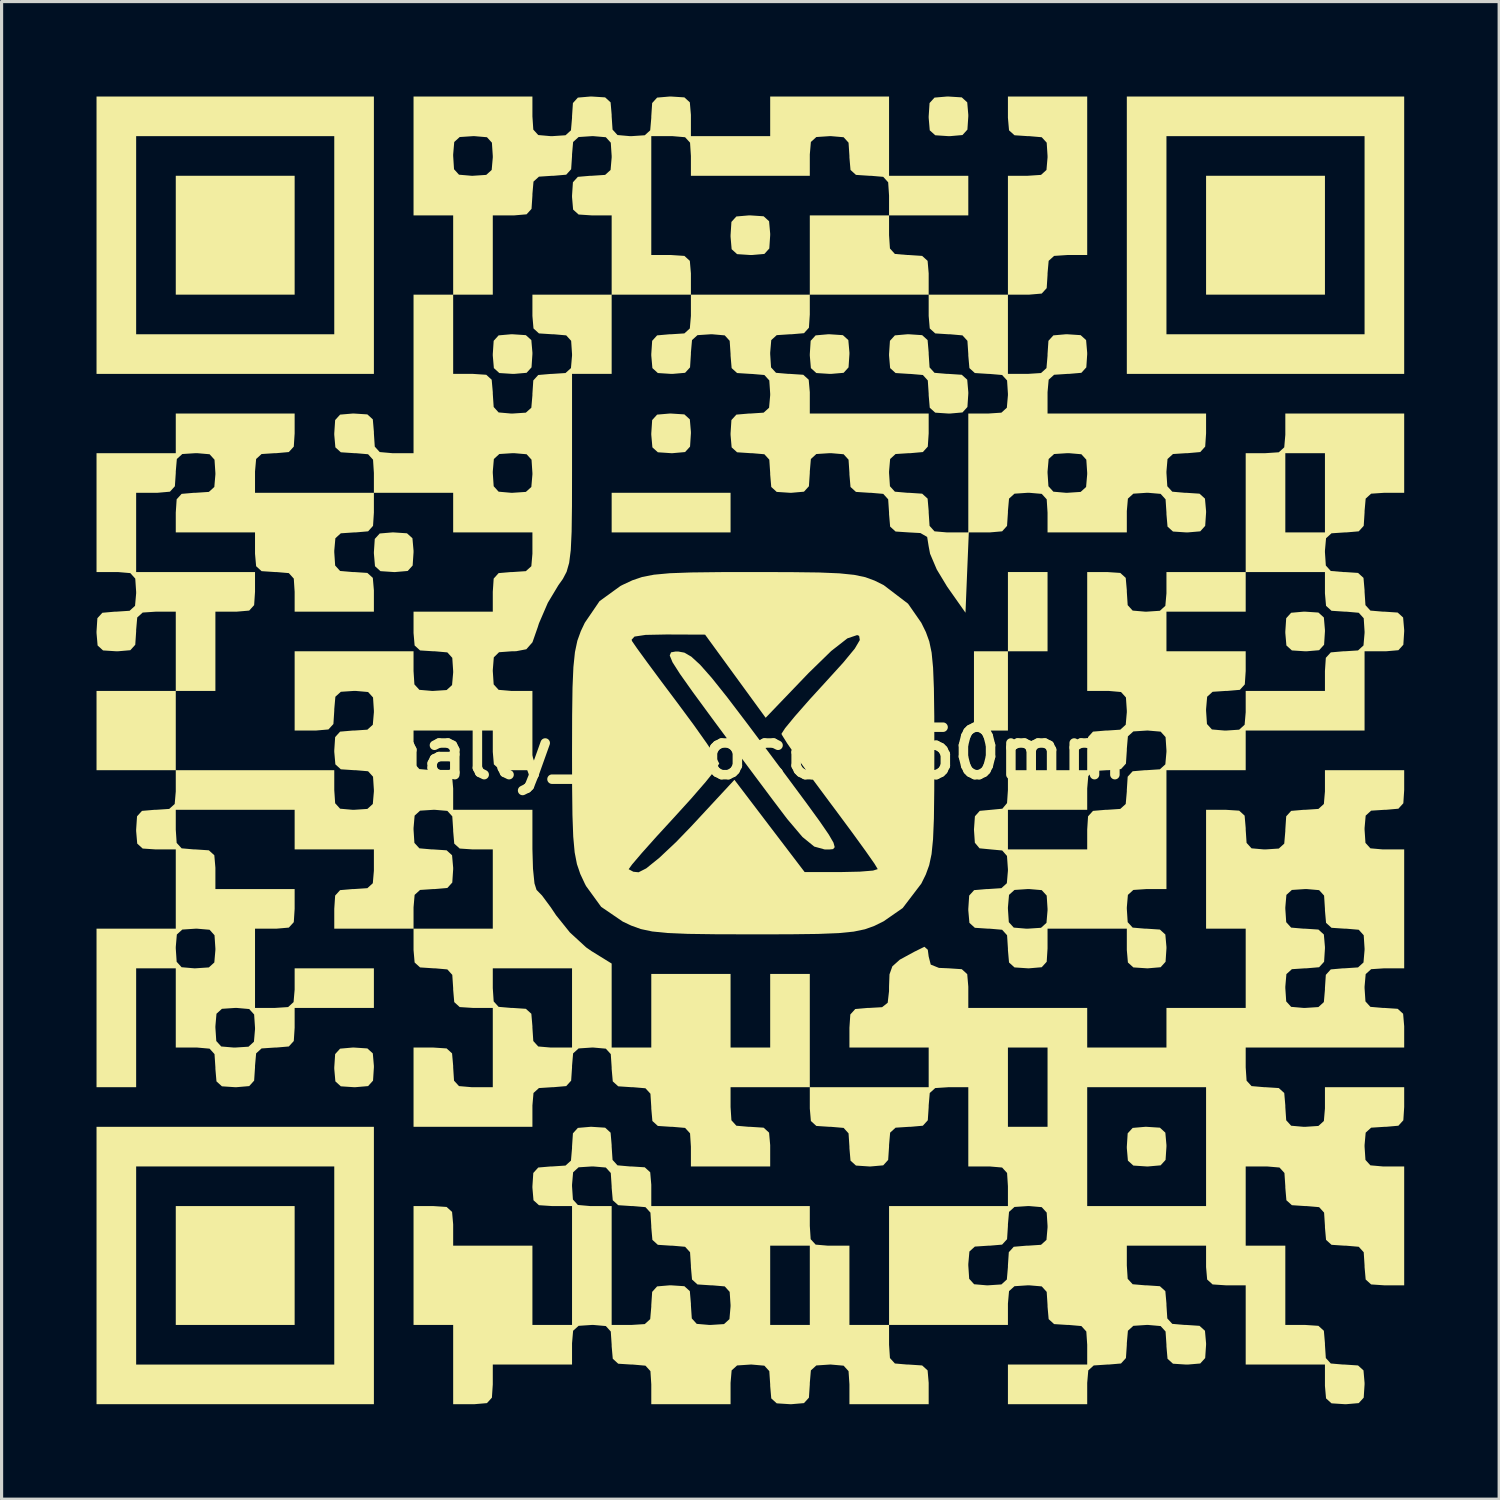
<source format=kicad_pcb>
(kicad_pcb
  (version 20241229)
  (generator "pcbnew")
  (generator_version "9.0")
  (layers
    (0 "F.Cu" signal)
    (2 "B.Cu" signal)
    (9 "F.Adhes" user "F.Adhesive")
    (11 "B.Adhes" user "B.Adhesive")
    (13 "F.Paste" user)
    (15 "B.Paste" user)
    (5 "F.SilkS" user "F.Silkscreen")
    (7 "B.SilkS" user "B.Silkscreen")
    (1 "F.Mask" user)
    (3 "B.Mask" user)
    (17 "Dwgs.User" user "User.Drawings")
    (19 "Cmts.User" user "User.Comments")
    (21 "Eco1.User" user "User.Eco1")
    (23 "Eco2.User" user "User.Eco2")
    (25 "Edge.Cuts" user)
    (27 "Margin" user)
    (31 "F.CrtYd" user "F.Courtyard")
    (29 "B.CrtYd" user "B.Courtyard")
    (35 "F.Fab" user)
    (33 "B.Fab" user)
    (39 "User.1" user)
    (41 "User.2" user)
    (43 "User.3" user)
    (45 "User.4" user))
  (footprint "nally_robocon_50mm"
    (layer "F.Cu")
    (at 20.749 20.749)
    (property "Reference" "nally_robocon_50mm" (at 0 0 0) (layer "F.SilkS") (effects (font (size 1.5 1.5) (thickness 0.3))))
    (attr board_only exclude_from_pos_files exclude_from_bom)
    (fp_poly (pts (xy -14.489 -16.367) (xy -14.489 -14.489) (xy -16.367 -14.489) (xy -18.245 -14.489) (xy -18.245 -16.367) (xy -18.245 -18.245) (xy -16.367 -18.245) (xy -14.489 -18.245)) (stroke (width 0) (type solid)) (fill yes) (layer "F.SilkS"))
    (fp_poly (pts (xy -14.489 16.188) (xy -14.489 18.066) (xy -16.367 18.066) (xy -18.245 18.066) (xy -18.245 16.188) (xy -18.245 14.31) (xy -16.367 14.31) (xy -14.489 14.31)) (stroke (width 0) (type solid)) (fill yes) (layer "F.SilkS"))
    (fp_poly (pts (xy -0.715 -7.602) (xy -0.715 -6.976) (xy -2.594 -6.976) (xy -4.472 -6.976) (xy -4.472 -7.602) (xy -4.472 -8.228) (xy -2.594 -8.228) (xy -0.715 -8.228)) (stroke (width 0) (type solid)) (fill yes) (layer "F.SilkS"))
    (fp_poly (pts (xy 18.066 -16.367) (xy 18.066 -14.489) (xy 16.188 -14.489) (xy 14.31 -14.489) (xy 14.31 -16.367) (xy 14.31 -18.245) (xy 16.188 -18.245) (xy 18.066 -18.245)) (stroke (width 0) (type solid)) (fill yes) (layer "F.SilkS"))
    (fp_poly (pts (xy -12.191 9.329) (xy -12.019 9.485) (xy -11.985 9.88) (xy -11.985 9.927) (xy -12.012 10.347) (xy -12.168 10.519) (xy -12.563 10.553) (xy -12.611 10.554) (xy -13.03 10.526) (xy -13.202 10.37) (xy -13.237 9.975) (xy -13.237 9.927) (xy -13.209 9.508) (xy -13.053 9.336) (xy -12.658 9.301) (xy -12.611 9.301)) (stroke (width 0) (type solid)) (fill yes) (layer "F.SilkS"))
    (fp_poly (pts (xy -10.939 -6.948) (xy -10.767 -6.792) (xy -10.732 -6.398) (xy -10.732 -6.35) (xy -10.76 -5.93) (xy -10.916 -5.758) (xy -11.311 -5.724) (xy -11.358 -5.724) (xy -11.778 -5.752) (xy -11.95 -5.908) (xy -11.984 -6.302) (xy -11.985 -6.35) (xy -11.957 -6.77) (xy -11.801 -6.942) (xy -11.406 -6.976) (xy -11.358 -6.976)) (stroke (width 0) (type solid)) (fill yes) (layer "F.SilkS"))
    (fp_poly (pts (xy -7.183 -13.209) (xy -7.01 -13.053) (xy -6.976 -12.658) (xy -6.976 -12.611) (xy -7.004 -12.191) (xy -7.16 -12.019) (xy -7.554 -11.985) (xy -7.602 -11.985) (xy -8.022 -12.012) (xy -8.194 -12.168) (xy -8.228 -12.563) (xy -8.228 -12.611) (xy -8.2 -13.03) (xy -8.044 -13.202) (xy -7.65 -13.237) (xy -7.602 -13.237)) (stroke (width 0) (type solid)) (fill yes) (layer "F.SilkS"))
    (fp_poly (pts (xy -2.174 -10.705) (xy -2.002 -10.548) (xy -1.968 -10.154) (xy -1.968 -10.106) (xy -1.995 -9.687) (xy -2.152 -9.515) (xy -2.546 -9.48) (xy -2.594 -9.48) (xy -3.013 -9.508) (xy -3.185 -9.664) (xy -3.22 -10.059) (xy -3.22 -10.106) (xy -3.192 -10.526) (xy -3.036 -10.698) (xy -2.641 -10.732) (xy -2.594 -10.732)) (stroke (width 0) (type solid)) (fill yes) (layer "F.SilkS"))
    (fp_poly (pts (xy 0.33 -16.965) (xy 0.502 -16.809) (xy 0.537 -16.415) (xy 0.537 -16.367) (xy 0.509 -15.947) (xy 0.353 -15.775) (xy -0.042 -15.741) (xy -0.089 -15.741) (xy -0.509 -15.769) (xy -0.681 -15.925) (xy -0.715 -16.319) (xy -0.715 -16.367) (xy -0.688 -16.787) (xy -0.532 -16.959) (xy -0.137 -16.993) (xy -0.089 -16.993)) (stroke (width 0) (type solid)) (fill yes) (layer "F.SilkS"))
    (fp_poly (pts (xy 2.834 -13.209) (xy 3.006 -13.053) (xy 3.041 -12.658) (xy 3.041 -12.611) (xy 3.013 -12.191) (xy 2.857 -12.019) (xy 2.462 -11.985) (xy 2.415 -11.985) (xy 1.995 -12.012) (xy 1.823 -12.168) (xy 1.789 -12.563) (xy 1.789 -12.611) (xy 1.816 -13.03) (xy 1.973 -13.202) (xy 2.367 -13.237) (xy 2.415 -13.237)) (stroke (width 0) (type solid)) (fill yes) (layer "F.SilkS"))
    (fp_poly (pts (xy 6.591 -20.722) (xy 6.763 -20.565) (xy 6.797 -20.171) (xy 6.797 -20.123) (xy 6.769 -19.704) (xy 6.613 -19.532) (xy 6.219 -19.497) (xy 6.171 -19.497) (xy 5.752 -19.525) (xy 5.579 -19.681) (xy 5.545 -20.076) (xy 5.545 -20.123) (xy 5.573 -20.543) (xy 5.729 -20.715) (xy 6.123 -20.749) (xy 6.171 -20.749)) (stroke (width 0) (type solid)) (fill yes) (layer "F.SilkS"))
    (fp_poly (pts (xy 9.301 -4.472) (xy 9.301 -3.22) (xy 8.675 -3.22) (xy 8.049 -3.22) (xy 8.049 -1.968) (xy 8.049 -0.715) (xy 7.513 -0.715) (xy 6.976 -0.715) (xy 6.976 -1.968) (xy 6.976 -3.22) (xy 7.513 -3.22) (xy 8.049 -3.22) (xy 8.049 -4.472) (xy 8.049 -5.724) (xy 8.675 -5.724) (xy 9.301 -5.724)) (stroke (width 0) (type solid)) (fill yes) (layer "F.SilkS"))
    (fp_poly (pts (xy 12.851 11.833) (xy 13.023 11.99) (xy 13.058 12.384) (xy 13.058 12.432) (xy 13.03 12.851) (xy 12.874 13.023) (xy 12.479 13.058) (xy 12.432 13.058) (xy 12.012 13.03) (xy 11.84 12.874) (xy 11.806 12.479) (xy 11.806 12.432) (xy 11.833 12.012) (xy 11.99 11.84) (xy 12.384 11.806) (xy 12.432 11.806)) (stroke (width 0) (type solid)) (fill yes) (layer "F.SilkS"))
    (fp_poly (pts (xy 17.86 -4.444) (xy 18.032 -4.288) (xy 18.066 -3.893) (xy 18.066 -3.846) (xy 18.039 -3.426) (xy 17.882 -3.254) (xy 17.488 -3.22) (xy 17.44 -3.22) (xy 17.021 -3.247) (xy 16.848 -3.404) (xy 16.814 -3.798) (xy 16.814 -3.846) (xy 16.842 -4.265) (xy 16.998 -4.437) (xy 17.392 -4.472) (xy 17.44 -4.472)) (stroke (width 0) (type solid)) (fill yes) (layer "F.SilkS"))
    (fp_poly (pts (xy -11.985 -16.367) (xy -11.985 -11.985) (xy -16.367 -11.985) (xy -20.749 -11.985) (xy -20.749 -16.367) (xy -20.749 -19.497) (xy -19.497 -19.497) (xy -19.497 -16.367) (xy -19.497 -13.237) (xy -16.367 -13.237) (xy -13.237 -13.237) (xy -13.237 -16.367) (xy -13.237 -19.497) (xy -16.367 -19.497) (xy -19.497 -19.497) (xy -20.749 -19.497) (xy -20.749 -20.749) (xy -16.367 -20.749) (xy -11.985 -20.749)) (stroke (width 0) (type solid)) (fill yes) (layer "F.SilkS"))
    (fp_poly (pts (xy -11.985 16.188) (xy -11.985 20.57) (xy -16.367 20.57) (xy -20.749 20.57) (xy -20.749 16.188) (xy -20.749 13.058) (xy -19.497 13.058) (xy -19.497 16.188) (xy -19.497 19.318) (xy -16.367 19.318) (xy -13.237 19.318) (xy -13.237 16.188) (xy -13.237 13.058) (xy -16.367 13.058) (xy -19.497 13.058) (xy -20.749 13.058) (xy -20.749 11.806) (xy -16.367 11.806) (xy -11.985 11.806)) (stroke (width 0) (type solid)) (fill yes) (layer "F.SilkS"))
    (fp_poly (pts (xy 20.57 -16.367) (xy 20.57 -11.985) (xy 16.188 -11.985) (xy 11.806 -11.985) (xy 11.806 -16.367) (xy 11.806 -19.497) (xy 13.058 -19.497) (xy 13.058 -16.367) (xy 13.058 -13.237) (xy 16.188 -13.237) (xy 19.318 -13.237) (xy 19.318 -16.367) (xy 19.318 -19.497) (xy 16.188 -19.497) (xy 13.058 -19.497) (xy 11.806 -19.497) (xy 11.806 -20.749) (xy 16.188 -20.749) (xy 20.57 -20.749)) (stroke (width 0) (type solid)) (fill yes) (layer "F.SilkS"))
    (fp_poly (pts (xy -2.174 -3.177) (xy -1.955 -3.05) (xy -1.678 -2.796) (xy -1.31 -2.38) (xy -0.819 -1.765) (xy -0.172 -0.914) (xy 0.268 -0.326) (xy 1.066 0.744) (xy 1.671 1.56) (xy 2.104 2.156) (xy 2.386 2.567) (xy 2.537 2.827) (xy 2.576 2.97) (xy 2.524 3.031) (xy 2.402 3.043) (xy 2.255 3.041) (xy 1.93 2.951) (xy 1.558 2.649) (xy 1.081 2.086) (xy 1.024 2.012) (xy 0.62 1.478) (xy 0.071 0.744) (xy -0.556 -0.098) (xy -1.195 -0.961) (xy -1.311 -1.118) (xy -1.909 -1.933) (xy -2.314 -2.505) (xy -2.55 -2.875) (xy -2.637 -3.088) (xy -2.596 -3.186) (xy -2.451 -3.213) (xy -2.369 -3.213)) (stroke (width 0) (type solid)) (fill yes) (layer "F.SilkS"))
    (fp_poly (pts (xy 5.339 -13.209) (xy 5.511 -13.053) (xy 5.545 -12.658) (xy 5.545 -12.611) (xy 5.573 -12.191) (xy 5.729 -12.019) (xy 6.123 -11.985) (xy 6.171 -11.985) (xy 6.591 -11.957) (xy 6.763 -11.801) (xy 6.797 -11.406) (xy 6.797 -11.358) (xy 6.769 -10.939) (xy 6.613 -10.767) (xy 6.219 -10.732) (xy 6.171 -10.732) (xy 5.752 -10.76) (xy 5.579 -10.916) (xy 5.545 -11.311) (xy 5.545 -11.358) (xy 5.517 -11.778) (xy 5.361 -11.95) (xy 4.967 -11.984) (xy 4.919 -11.985) (xy 4.499 -12.012) (xy 4.327 -12.168) (xy 4.293 -12.563) (xy 4.293 -12.611) (xy 4.321 -13.03) (xy 4.477 -13.202) (xy 4.871 -13.237) (xy 4.919 -13.237)) (stroke (width 0) (type solid)) (fill yes) (layer "F.SilkS"))
    (fp_poly (pts (xy 1.192 -5.721) (xy 2.076 -5.71) (xy 2.722 -5.683) (xy 3.191 -5.635) (xy 3.543 -5.561) (xy 3.837 -5.453) (xy 4.121 -5.312) (xy 4.893 -4.724) (xy 5.312 -4.121) (xy 5.457 -3.826) (xy 5.564 -3.531) (xy 5.638 -3.177) (xy 5.684 -2.703) (xy 5.71 -2.05) (xy 5.722 -1.157) (xy 5.724 0) (xy 5.721 1.184) (xy 5.71 2.07) (xy 5.683 2.718) (xy 5.636 3.188) (xy 5.561 3.54) (xy 5.454 3.834) (xy 5.312 4.121) (xy 4.724 4.893) (xy 4.121 5.312) (xy 3.826 5.458) (xy 3.53 5.564) (xy 3.175 5.638) (xy 2.701 5.685) (xy 2.046 5.711) (xy 1.151 5.722) (xy 0.01 5.724) (xy -1.176 5.721) (xy -2.064 5.709) (xy -2.715 5.681) (xy -3.191 5.633) (xy -3.55 5.557) (xy -3.855 5.447) (xy -4.121 5.321) (xy -4.804 4.855) (xy -5.282 4.197) (xy -5.321 4.121) (xy -5.464 3.815) (xy -5.514 3.666) (xy -3.935 3.666) (xy -3.787 3.746) (xy -3.622 3.763) (xy -3.38 3.64) (xy -2.963 3.303) (xy -2.435 2.806) (xy -1.951 2.305) (xy -0.593 0.841) (xy 0.516 2.299) (xy 1.626 3.756) (xy 2.781 3.756) (xy 3.37 3.743) (xy 3.787 3.709) (xy 3.935 3.663) (xy 3.834 3.494) (xy 3.554 3.094) (xy 3.136 2.517) (xy 2.617 1.816) (xy 2.415 1.546) (xy 1.869 0.81) (xy 1.41 0.174) (xy 1.076 -0.308) (xy 0.907 -0.579) (xy 0.894 -0.614) (xy 1.009 -0.791) (xy 1.321 -1.17) (xy 1.779 -1.692) (xy 2.251 -2.208) (xy 2.846 -2.863) (xy 3.211 -3.306) (xy 3.369 -3.575) (xy 3.348 -3.707) (xy 3.285 -3.732) (xy 2.976 -3.628) (xy 2.465 -3.229) (xy 1.753 -2.535) (xy 1.679 -2.458) (xy 0.394 -1.119) (xy -0.563 -2.432) (xy -1.52 -3.746) (xy -2.738 -3.751) (xy -3.398 -3.738) (xy -3.75 -3.685) (xy -3.843 -3.583) (xy -3.823 -3.533) (xy -3.668 -3.309) (xy -3.344 -2.864) (xy -2.899 -2.263) (xy -2.382 -1.574) (xy -1.876 -0.89) (xy -1.462 -0.305) (xy -1.18 0.121) (xy -1.073 0.326) (xy -1.073 0.328) (xy -1.188 0.517) (xy -1.502 0.908) (xy -1.965 1.442) (xy -2.504 2.035) (xy -3.064 2.645) (xy -3.521 3.157) (xy -3.827 3.516) (xy -3.935 3.666) (xy -5.514 3.666) (xy -5.569 3.506) (xy -5.641 3.134) (xy -5.686 2.638) (xy -5.711 1.958) (xy -5.722 1.032) (xy -5.724 0) (xy -5.721 -1.184) (xy -5.709 -2.07) (xy -5.681 -2.72) (xy -5.632 -3.194) (xy -5.556 -3.554) (xy -5.446 -3.858) (xy -5.321 -4.121) (xy -4.855 -4.804) (xy -4.197 -5.282) (xy -4.121 -5.321) (xy -3.815 -5.464) (xy -3.507 -5.568) (xy -3.136 -5.64) (xy -2.641 -5.686) (xy -1.962 -5.711) (xy -1.038 -5.722) (xy 0.01 -5.724)) (stroke (width 0) (type solid)) (fill yes) (layer "F.SilkS"))
    (fp_poly (pts (xy 20.57 -9.48) (xy 20.57 -8.228) (xy 19.944 -8.228) (xy 19.525 -8.2) (xy 19.353 -8.044) (xy 19.318 -7.65) (xy 19.318 -7.602) (xy 19.291 -7.183) (xy 19.134 -7.01) (xy 18.74 -6.976) (xy 18.692 -6.976) (xy 18.273 -6.948) (xy 18.101 -6.792) (xy 18.066 -6.398) (xy 18.066 -6.35) (xy 18.094 -5.93) (xy 18.25 -5.758) (xy 18.645 -5.724) (xy 18.692 -5.724) (xy 19.112 -5.696) (xy 19.284 -5.54) (xy 19.318 -5.146) (xy 19.318 -5.098) (xy 19.346 -4.678) (xy 19.502 -4.506) (xy 19.897 -4.472) (xy 19.944 -4.472) (xy 20.364 -4.444) (xy 20.536 -4.288) (xy 20.57 -3.893) (xy 20.57 -3.846) (xy 20.543 -3.426) (xy 20.387 -3.254) (xy 19.992 -3.22) (xy 19.944 -3.22) (xy 19.318 -3.22) (xy 19.318 -1.968) (xy 19.318 -0.715) (xy 17.44 -0.715) (xy 15.562 -0.715) (xy 15.562 -0.089) (xy 15.562 0.537) (xy 14.31 0.537) (xy 13.058 0.537) (xy 13.058 2.415) (xy 13.058 4.293) (xy 12.432 4.293) (xy 12.012 4.321) (xy 11.84 4.477) (xy 11.806 4.871) (xy 11.806 4.919) (xy 11.833 5.339) (xy 11.99 5.511) (xy 12.384 5.545) (xy 12.432 5.545) (xy 12.851 5.573) (xy 13.023 5.729) (xy 13.058 6.123) (xy 13.058 6.171) (xy 13.03 6.591) (xy 12.874 6.763) (xy 12.479 6.797) (xy 12.432 6.797) (xy 12.012 6.769) (xy 11.84 6.613) (xy 11.806 6.219) (xy 11.806 6.171) (xy 11.806 5.545) (xy 10.554 5.545) (xy 9.301 5.545) (xy 9.301 6.171) (xy 9.274 6.591) (xy 9.117 6.763) (xy 8.723 6.797) (xy 8.675 6.797) (xy 8.256 6.769) (xy 8.084 6.613) (xy 8.049 6.219) (xy 8.049 6.171) (xy 8.022 5.752) (xy 7.865 5.579) (xy 7.471 5.545) (xy 7.423 5.545) (xy 7.004 5.517) (xy 6.832 5.361) (xy 6.797 4.967) (xy 6.797 4.919) (xy 8.049 4.919) (xy 8.077 5.339) (xy 8.233 5.511) (xy 8.628 5.545) (xy 8.675 5.545) (xy 9.095 5.517) (xy 9.267 5.361) (xy 9.301 4.967) (xy 9.301 4.919) (xy 9.274 4.499) (xy 9.117 4.327) (xy 8.723 4.293) (xy 8.675 4.293) (xy 8.256 4.321) (xy 8.084 4.477) (xy 8.049 4.871) (xy 8.049 4.919) (xy 6.797 4.919) (xy 6.825 4.499) (xy 6.981 4.327) (xy 7.376 4.293) (xy 7.423 4.293) (xy 7.843 4.265) (xy 8.015 4.109) (xy 8.049 3.715) (xy 8.049 3.667) (xy 8.019 3.246) (xy 7.868 3.074) (xy 7.513 3.041) (xy 8.049 3.041) (xy 9.301 3.041) (xy 10.554 3.041) (xy 10.554 2.415) (xy 10.581 1.995) (xy 10.737 1.823) (xy 11.132 1.789) (xy 11.18 1.789) (xy 11.599 1.761) (xy 11.771 1.605) (xy 11.806 1.21) (xy 11.806 1.163) (xy 11.833 0.743) (xy 11.99 0.571) (xy 12.384 0.537) (xy 12.432 0.537) (xy 12.851 0.509) (xy 13.023 0.353) (xy 13.058 -0.042) (xy 13.058 -0.089) (xy 13.03 -0.509) (xy 12.874 -0.681) (xy 12.479 -0.715) (xy 12.432 -0.715) (xy 12.012 -0.688) (xy 11.84 -0.532) (xy 11.806 -0.137) (xy 11.806 -0.089) (xy 11.778 0.33) (xy 11.622 0.502) (xy 11.227 0.537) (xy 11.18 0.537) (xy 10.76 0.564) (xy 10.588 0.721) (xy 10.554 1.115) (xy 10.554 1.163) (xy 10.554 1.789) (xy 9.301 1.789) (xy 8.049 1.789) (xy 8.049 2.415) (xy 8.049 3.041) (xy 7.513 3.041) (xy 7.152 3.006) (xy 7.004 2.829) (xy 6.976 2.415) (xy 7.006 1.994) (xy 7.158 1.822) (xy 7.513 1.789) (xy 7.873 1.754) (xy 8.021 1.577) (xy 8.049 1.163) (xy 8.049 0.537) (xy 9.301 0.537) (xy 10.554 0.537) (xy 10.554 -0.089) (xy 10.581 -0.509) (xy 10.737 -0.681) (xy 11.132 -0.715) (xy 11.18 -0.715) (xy 11.599 -0.743) (xy 11.771 -0.899) (xy 11.806 -1.294) (xy 11.806 -1.342) (xy 11.778 -1.761) (xy 11.622 -1.933) (xy 11.227 -1.968) (xy 11.18 -1.968) (xy 10.554 -1.968) (xy 10.554 -3.22) (xy 13.058 -3.22) (xy 14.31 -3.22) (xy 15.562 -3.22) (xy 15.562 -2.594) (xy 15.534 -2.174) (xy 15.378 -2.002) (xy 14.984 -1.968) (xy 14.936 -1.968) (xy 14.516 -1.94) (xy 14.344 -1.784) (xy 14.31 -1.389) (xy 14.31 -1.342) (xy 14.338 -0.922) (xy 14.494 -0.75) (xy 14.888 -0.716) (xy 14.936 -0.715) (xy 15.356 -0.743) (xy 15.528 -0.899) (xy 15.562 -1.294) (xy 15.562 -1.342) (xy 15.562 -1.968) (xy 16.814 -1.968) (xy 18.066 -1.968) (xy 18.066 -2.594) (xy 18.094 -3.013) (xy 18.25 -3.185) (xy 18.645 -3.22) (xy 18.692 -3.22) (xy 19.112 -3.247) (xy 19.284 -3.404) (xy 19.318 -3.798) (xy 19.318 -3.846) (xy 19.291 -4.265) (xy 19.134 -4.437) (xy 18.74 -4.472) (xy 18.692 -4.472) (xy 18.273 -4.5) (xy 18.101 -4.656) (xy 18.066 -5.05) (xy 18.066 -5.098) (xy 18.066 -5.724) (xy 16.814 -5.724) (xy 15.562 -5.724) (xy 15.562 -5.098) (xy 15.562 -4.472) (xy 14.31 -4.472) (xy 13.058 -4.472) (xy 13.058 -3.846) (xy 13.058 -3.22) (xy 10.554 -3.22) (xy 10.554 -3.846) (xy 10.554 -5.724) (xy 11.18 -5.724) (xy 11.599 -5.696) (xy 11.771 -5.54) (xy 11.806 -5.146) (xy 11.806 -5.098) (xy 11.833 -4.678) (xy 11.99 -4.506) (xy 12.384 -4.472) (xy 12.432 -4.472) (xy 12.851 -4.5) (xy 13.023 -4.656) (xy 13.058 -5.05) (xy 13.058 -5.098) (xy 13.058 -5.724) (xy 14.31 -5.724) (xy 15.562 -5.724) (xy 15.562 -7.602) (xy 15.562 -9.48) (xy 16.188 -9.48) (xy 16.814 -9.48) (xy 16.814 -8.228) (xy 16.814 -6.976) (xy 17.44 -6.976) (xy 18.066 -6.976) (xy 18.066 -8.228) (xy 18.066 -9.48) (xy 17.44 -9.48) (xy 16.814 -9.48) (xy 16.188 -9.48) (xy 16.608 -9.508) (xy 16.78 -9.664) (xy 16.814 -10.059) (xy 16.814 -10.106) (xy 16.814 -10.732) (xy 18.692 -10.732) (xy 20.57 -10.732)) (stroke (width 0) (type solid)) (fill yes) (layer "F.SilkS"))
    (fp_poly (pts (xy -6.976 -20.123) (xy -6.948 -19.704) (xy -6.792 -19.532) (xy -6.398 -19.497) (xy -6.35 -19.497) (xy -5.93 -19.525) (xy -5.758 -19.681) (xy -5.724 -20.076) (xy -5.724 -20.123) (xy -5.696 -20.543) (xy -5.54 -20.715) (xy -5.146 -20.749) (xy -5.098 -20.749) (xy -4.678 -20.722) (xy -4.506 -20.565) (xy -4.472 -20.171) (xy -4.472 -20.123) (xy -4.444 -19.704) (xy -4.288 -19.532) (xy -3.893 -19.497) (xy -3.846 -19.497) (xy -3.22 -19.497) (xy -3.22 -17.619) (xy -3.22 -15.741) (xy -2.594 -15.741) (xy -2.174 -15.713) (xy -2.002 -15.557) (xy -1.968 -15.162) (xy -1.968 -15.115) (xy -1.968 -14.489) (xy -0.089 -14.489) (xy 1.789 -14.489) (xy 1.789 -15.741) (xy 1.789 -16.993) (xy 3.041 -16.993) (xy 4.293 -16.993) (xy 4.293 -17.619) (xy 4.265 -18.039) (xy 4.109 -18.211) (xy 3.715 -18.245) (xy 3.667 -18.245) (xy 3.247 -18.273) (xy 3.075 -18.429) (xy 3.041 -18.823) (xy 3.041 -18.871) (xy 3.013 -19.291) (xy 2.857 -19.463) (xy 2.462 -19.497) (xy 2.415 -19.497) (xy 1.995 -19.469) (xy 1.823 -19.313) (xy 1.789 -18.919) (xy 1.789 -18.871) (xy 1.789 -18.245) (xy -0.089 -18.245) (xy -1.968 -18.245) (xy -1.968 -18.871) (xy -1.995 -19.291) (xy -2.152 -19.463) (xy -2.546 -19.497) (xy -2.594 -19.497) (xy -3.22 -19.497) (xy -3.846 -19.497) (xy -3.426 -19.525) (xy -3.254 -19.681) (xy -3.22 -20.076) (xy -3.22 -20.123) (xy -3.192 -20.543) (xy -3.036 -20.715) (xy -2.641 -20.749) (xy -2.594 -20.749) (xy -2.174 -20.722) (xy -2.002 -20.565) (xy -1.968 -20.171) (xy -1.968 -20.123) (xy -1.968 -19.497) (xy -0.715 -19.497) (xy 0.537 -19.497) (xy 0.537 -20.123) (xy 0.537 -20.749) (xy 2.415 -20.749) (xy 4.293 -20.749) (xy 4.293 -19.497) (xy 4.293 -18.245) (xy 5.545 -18.245) (xy 6.797 -18.245) (xy 6.797 -17.619) (xy 6.797 -16.993) (xy 5.545 -16.993) (xy 4.293 -16.993) (xy 4.293 -16.367) (xy 4.321 -15.947) (xy 4.477 -15.775) (xy 4.871 -15.741) (xy 4.919 -15.741) (xy 5.339 -15.713) (xy 5.511 -15.557) (xy 5.545 -15.162) (xy 5.545 -15.115) (xy 5.545 -14.489) (xy 6.797 -14.489) (xy 8.049 -14.489) (xy 8.049 -16.367) (xy 8.049 -18.245) (xy 8.675 -18.245) (xy 9.095 -18.273) (xy 9.267 -18.429) (xy 9.301 -18.823) (xy 9.301 -18.871) (xy 9.274 -19.291) (xy 9.117 -19.463) (xy 8.723 -19.497) (xy 8.675 -19.497) (xy 8.256 -19.525) (xy 8.084 -19.681) (xy 8.049 -20.076) (xy 8.049 -20.123) (xy 8.049 -20.749) (xy 9.301 -20.749) (xy 10.554 -20.749) (xy 10.554 -18.245) (xy 10.554 -15.741) (xy 9.927 -15.741) (xy 9.508 -15.713) (xy 9.336 -15.557) (xy 9.301 -15.162) (xy 9.301 -15.115) (xy 9.274 -14.695) (xy 9.117 -14.523) (xy 8.723 -14.489) (xy 8.675 -14.489) (xy 8.049 -14.489) (xy 8.049 -13.237) (xy 8.049 -11.985) (xy 8.675 -11.985) (xy 9.095 -12.012) (xy 9.267 -12.168) (xy 9.301 -12.563) (xy 9.301 -12.611) (xy 9.329 -13.03) (xy 9.485 -13.202) (xy 9.88 -13.237) (xy 9.927 -13.237) (xy 10.347 -13.209) (xy 10.519 -13.053) (xy 10.553 -12.658) (xy 10.554 -12.611) (xy 10.526 -12.191) (xy 10.37 -12.019) (xy 9.975 -11.985) (xy 9.927 -11.985) (xy 9.508 -11.957) (xy 9.336 -11.801) (xy 9.301 -11.406) (xy 9.301 -11.358) (xy 9.301 -10.732) (xy 11.806 -10.732) (xy 14.31 -10.732) (xy 14.31 -10.106) (xy 14.282 -9.687) (xy 14.126 -9.515) (xy 13.731 -9.48) (xy 13.684 -9.48) (xy 13.264 -9.453) (xy 13.092 -9.296) (xy 13.058 -8.902) (xy 13.058 -8.854) (xy 13.085 -8.435) (xy 13.242 -8.263) (xy 13.636 -8.228) (xy 13.684 -8.228) (xy 14.103 -8.2) (xy 14.275 -8.044) (xy 14.31 -7.65) (xy 14.31 -7.602) (xy 14.282 -7.183) (xy 14.126 -7.01) (xy 13.731 -6.976) (xy 13.684 -6.976) (xy 13.264 -7.004) (xy 13.092 -7.16) (xy 13.058 -7.554) (xy 13.058 -7.602) (xy 13.03 -8.022) (xy 12.874 -8.194) (xy 12.479 -8.228) (xy 12.432 -8.228) (xy 12.012 -8.2) (xy 11.84 -8.044) (xy 11.806 -7.65) (xy 11.806 -7.602) (xy 11.806 -6.976) (xy 10.554 -6.976) (xy 9.301 -6.976) (xy 9.301 -7.602) (xy 9.274 -8.022) (xy 9.117 -8.194) (xy 8.723 -8.228) (xy 8.675 -8.228) (xy 8.256 -8.2) (xy 8.084 -8.044) (xy 8.049 -7.65) (xy 8.049 -7.602) (xy 8.021 -7.182) (xy 7.866 -7.01) (xy 7.474 -6.976) (xy 7.431 -6.976) (xy 6.813 -6.976) (xy 6.76 -5.708) (xy 6.708 -4.439) (xy 6.126 -5.266) (xy 5.8 -5.806) (xy 5.589 -6.302) (xy 5.545 -6.534) (xy 5.497 -6.833) (xy 5.284 -6.956) (xy 4.919 -6.976) (xy 4.499 -7.004) (xy 4.327 -7.16) (xy 4.293 -7.554) (xy 4.293 -7.602) (xy 4.265 -8.022) (xy 4.109 -8.194) (xy 3.715 -8.228) (xy 3.667 -8.228) (xy 3.247 -8.256) (xy 3.075 -8.412) (xy 3.041 -8.807) (xy 3.041 -8.854) (xy 3.013 -9.274) (xy 2.857 -9.446) (xy 2.462 -9.48) (xy 2.415 -9.48) (xy 1.995 -9.453) (xy 1.823 -9.296) (xy 1.789 -8.902) (xy 1.789 -8.854) (xy 1.761 -8.435) (xy 1.605 -8.263) (xy 1.21 -8.228) (xy 1.163 -8.228) (xy 0.743 -8.256) (xy 0.571 -8.412) (xy 0.537 -8.807) (xy 0.537 -8.854) (xy 0.509 -9.274) (xy 0.353 -9.446) (xy -0.042 -9.48) (xy -0.089 -9.48) (xy -0.509 -9.508) (xy -0.681 -9.664) (xy -0.715 -10.059) (xy -0.715 -10.106) (xy -0.688 -10.526) (xy -0.532 -10.698) (xy -0.137 -10.732) (xy -0.089 -10.732) (xy 0.33 -10.76) (xy 0.502 -10.916) (xy 0.537 -11.311) (xy 0.537 -11.358) (xy 0.509 -11.778) (xy 0.353 -11.95) (xy -0.042 -11.984) (xy -0.089 -11.985) (xy -0.509 -12.012) (xy -0.681 -12.168) (xy -0.715 -12.563) (xy -0.715 -12.611) (xy 0.537 -12.611) (xy 0.564 -12.191) (xy 0.721 -12.019) (xy 1.115 -11.985) (xy 1.163 -11.985) (xy 1.582 -11.957) (xy 1.754 -11.801) (xy 1.789 -11.406) (xy 1.789 -11.358) (xy 1.789 -10.732) (xy 3.667 -10.732) (xy 5.545 -10.732) (xy 5.545 -10.106) (xy 5.517 -9.687) (xy 5.361 -9.515) (xy 4.967 -9.48) (xy 4.919 -9.48) (xy 4.499 -9.453) (xy 4.327 -9.296) (xy 4.293 -8.902) (xy 4.293 -8.854) (xy 4.321 -8.435) (xy 4.477 -8.263) (xy 4.871 -8.228) (xy 4.919 -8.228) (xy 5.339 -8.2) (xy 5.511 -8.044) (xy 5.545 -7.65) (xy 5.545 -7.602) (xy 5.573 -7.183) (xy 5.729 -7.01) (xy 6.123 -6.976) (xy 6.171 -6.976) (xy 6.797 -6.976) (xy 6.797 -8.854) (xy 9.301 -8.854) (xy 9.329 -8.435) (xy 9.485 -8.263) (xy 9.88 -8.228) (xy 9.927 -8.228) (xy 10.347 -8.256) (xy 10.519 -8.412) (xy 10.553 -8.807) (xy 10.554 -8.854) (xy 10.526 -9.274) (xy 10.37 -9.446) (xy 9.975 -9.48) (xy 9.927 -9.48) (xy 9.508 -9.453) (xy 9.336 -9.296) (xy 9.301 -8.902) (xy 9.301 -8.854) (xy 6.797 -8.854) (xy 6.797 -10.732) (xy 7.423 -10.732) (xy 7.843 -10.76) (xy 8.015 -10.916) (xy 8.049 -11.311) (xy 8.049 -11.358) (xy 8.022 -11.778) (xy 7.865 -11.95) (xy 7.471 -11.984) (xy 7.423 -11.985) (xy 7.004 -12.012) (xy 6.832 -12.168) (xy 6.797 -12.563) (xy 6.797 -12.611) (xy 6.769 -13.03) (xy 6.613 -13.202) (xy 6.219 -13.237) (xy 6.171 -13.237) (xy 5.752 -13.264) (xy 5.579 -13.421) (xy 5.545 -13.815) (xy 5.545 -13.863) (xy 5.545 -14.489) (xy 3.667 -14.489) (xy 1.789 -14.489) (xy 1.789 -13.863) (xy 1.761 -13.443) (xy 1.605 -13.271) (xy 1.21 -13.237) (xy 1.163 -13.237) (xy 0.743 -13.209) (xy 0.571 -13.053) (xy 0.537 -12.658) (xy 0.537 -12.611) (xy -0.715 -12.611) (xy -0.743 -13.03) (xy -0.899 -13.202) (xy -1.294 -13.237) (xy -1.342 -13.237) (xy -1.761 -13.209) (xy -1.933 -13.053) (xy -1.968 -12.658) (xy -1.968 -12.611) (xy -1.995 -12.191) (xy -2.152 -12.019) (xy -2.546 -11.985) (xy -2.594 -11.985) (xy -3.013 -12.012) (xy -3.185 -12.168) (xy -3.22 -12.563) (xy -3.22 -12.611) (xy -3.192 -13.03) (xy -3.036 -13.202) (xy -2.641 -13.237) (xy -2.594 -13.237) (xy -2.174 -13.264) (xy -2.002 -13.421) (xy -1.968 -13.815) (xy -1.968 -13.863) (xy -1.968 -14.489) (xy -3.22 -14.489) (xy -4.472 -14.489) (xy -4.472 -13.237) (xy -4.472 -11.985) (xy -5.098 -11.985) (xy -5.724 -11.985) (xy -5.724 -8.932) (xy -5.726 -7.815) (xy -5.737 -6.997) (xy -5.764 -6.417) (xy -5.815 -6.014) (xy -5.896 -5.731) (xy -6.014 -5.506) (xy -6.154 -5.31) (xy -6.489 -4.752) (xy -6.769 -4.103) (xy -6.808 -3.98) (xy -6.974 -3.505) (xy -7.168 -3.284) (xy -7.491 -3.222) (xy -7.63 -3.22) (xy -8.031 -3.19) (xy -8.196 -3.028) (xy -8.228 -2.625) (xy -8.228 -2.594) (xy -8.2 -2.174) (xy -8.044 -2.002) (xy -7.65 -1.968) (xy -7.602 -1.968) (xy -6.976 -1.968) (xy -6.976 -0.715) (xy -6.976 0.537) (xy -7.602 0.537) (xy -8.022 0.509) (xy -8.194 0.353) (xy -8.228 -0.042) (xy -8.228 -0.089) (xy -8.228 -0.715) (xy -9.48 -0.715) (xy -10.732 -0.715) (xy -10.732 -0.089) (xy -10.705 0.33) (xy -10.548 0.502) (xy -10.154 0.537) (xy -10.106 0.537) (xy -9.687 0.564) (xy -9.515 0.721) (xy -9.48 1.115) (xy -9.48 1.163) (xy -9.48 1.789) (xy -8.228 1.789) (xy -6.976 1.789) (xy -6.976 3.026) (xy -6.958 3.65) (xy -6.911 4.114) (xy -6.845 4.321) (xy -6.842 4.323) (xy -6.673 4.496) (xy -6.395 4.871) (xy -6.228 5.121) (xy -5.792 5.664) (xy -5.277 6.137) (xy -5.11 6.253) (xy -4.472 6.647) (xy -4.472 7.974) (xy -4.472 9.301) (xy -3.846 9.301) (xy -3.22 9.301) (xy -3.22 8.139) (xy -3.22 6.976) (xy -1.968 6.976) (xy -0.715 6.976) (xy -0.715 8.139) (xy -0.715 9.301) (xy -0.089 9.301) (xy 0.537 9.301) (xy 0.537 8.139) (xy 0.537 6.976) (xy 1.163 6.976) (xy 1.789 6.976) (xy 1.789 8.765) (xy 1.789 10.554) (xy 3.667 10.554) (xy 5.545 10.554) (xy 5.545 9.927) (xy 5.545 9.301) (xy 8.049 9.301) (xy 8.049 10.554) (xy 8.049 11.806) (xy 8.675 11.806) (xy 9.301 11.806) (xy 9.301 10.554) (xy 10.554 10.554) (xy 10.554 12.432) (xy 10.554 14.31) (xy 12.432 14.31) (xy 14.31 14.31) (xy 14.31 12.432) (xy 14.31 10.554) (xy 12.432 10.554) (xy 10.554 10.554) (xy 9.301 10.554) (xy 9.301 9.301) (xy 8.675 9.301) (xy 8.049 9.301) (xy 5.545 9.301) (xy 4.293 9.301) (xy 3.041 9.301) (xy 3.041 8.675) (xy 3.069 8.256) (xy 3.225 8.084) (xy 3.619 8.049) (xy 3.667 8.049) (xy 4.073 8.026) (xy 4.25 7.886) (xy 4.292 7.523) (xy 4.293 7.363) (xy 4.307 6.988) (xy 4.397 6.735) (xy 4.633 6.524) (xy 5.086 6.277) (xy 5.411 6.117) (xy 5.517 6.211) (xy 5.545 6.425) (xy 5.61 6.68) (xy 5.869 6.784) (xy 6.171 6.797) (xy 6.591 6.825) (xy 6.763 6.981) (xy 6.797 7.376) (xy 6.797 7.423) (xy 6.797 8.049) (xy 8.675 8.049) (xy 10.554 8.049) (xy 10.554 8.675) (xy 10.554 9.301) (xy 11.806 9.301) (xy 13.058 9.301) (xy 13.058 8.675) (xy 13.058 8.049) (xy 14.31 8.049) (xy 15.562 8.049) (xy 15.562 7.423) (xy 16.814 7.423) (xy 16.842 7.843) (xy 16.998 8.015) (xy 17.392 8.049) (xy 17.44 8.049) (xy 17.86 8.022) (xy 18.032 7.865) (xy 18.066 7.471) (xy 18.066 7.423) (xy 18.094 7.004) (xy 18.25 6.832) (xy 18.645 6.797) (xy 18.692 6.797) (xy 19.112 6.769) (xy 19.284 6.613) (xy 19.318 6.219) (xy 19.318 6.171) (xy 19.291 5.752) (xy 19.134 5.579) (xy 18.74 5.545) (xy 18.692 5.545) (xy 18.273 5.517) (xy 18.101 5.361) (xy 18.066 4.967) (xy 18.066 4.919) (xy 18.039 4.499) (xy 17.882 4.327) (xy 17.488 4.293) (xy 17.44 4.293) (xy 17.021 4.321) (xy 16.848 4.477) (xy 16.814 4.871) (xy 16.814 4.919) (xy 16.842 5.339) (xy 16.998 5.511) (xy 17.392 5.545) (xy 17.44 5.545) (xy 17.86 5.573) (xy 18.032 5.729) (xy 18.066 6.123) (xy 18.066 6.171) (xy 18.039 6.591) (xy 17.882 6.763) (xy 17.488 6.797) (xy 17.44 6.797) (xy 17.021 6.825) (xy 16.848 6.981) (xy 16.814 7.376) (xy 16.814 7.423) (xy 15.562 7.423) (xy 15.562 6.797) (xy 15.562 5.545) (xy 14.936 5.545) (xy 14.31 5.545) (xy 14.31 3.667) (xy 14.31 1.789) (xy 14.936 1.789) (xy 15.356 1.816) (xy 15.528 1.973) (xy 15.562 2.367) (xy 15.562 2.415) (xy 15.59 2.834) (xy 15.746 3.006) (xy 16.14 3.041) (xy 16.188 3.041) (xy 16.608 3.013) (xy 16.78 2.857) (xy 16.814 2.462) (xy 16.814 2.415) (xy 16.842 1.995) (xy 16.998 1.823) (xy 17.392 1.789) (xy 17.44 1.789) (xy 17.86 1.761) (xy 18.032 1.605) (xy 18.066 1.21) (xy 18.066 1.163) (xy 18.066 0.537) (xy 19.318 0.537) (xy 20.57 0.537) (xy 20.57 1.163) (xy 20.543 1.582) (xy 20.387 1.754) (xy 19.992 1.789) (xy 19.944 1.789) (xy 19.525 1.816) (xy 19.353 1.973) (xy 19.318 2.367) (xy 19.318 2.415) (xy 19.346 2.834) (xy 19.502 3.006) (xy 19.897 3.041) (xy 19.944 3.041) (xy 20.57 3.041) (xy 20.57 4.919) (xy 20.57 6.797) (xy 19.944 6.797) (xy 19.525 6.825) (xy 19.353 6.981) (xy 19.318 7.376) (xy 19.318 7.423) (xy 19.346 7.843) (xy 19.502 8.015) (xy 19.897 8.049) (xy 19.944 8.049) (xy 20.364 8.077) (xy 20.536 8.233) (xy 20.57 8.628) (xy 20.57 8.675) (xy 20.57 9.301) (xy 18.066 9.301) (xy 15.562 9.301) (xy 15.562 9.927) (xy 15.59 10.347) (xy 15.746 10.519) (xy 16.14 10.553) (xy 16.188 10.554) (xy 16.608 10.581) (xy 16.78 10.737) (xy 16.814 11.132) (xy 16.814 11.18) (xy 16.842 11.599) (xy 16.998 11.771) (xy 17.392 11.806) (xy 17.44 11.806) (xy 17.86 11.778) (xy 18.032 11.622) (xy 18.066 11.227) (xy 18.066 11.18) (xy 18.066 10.554) (xy 19.318 10.554) (xy 20.57 10.554) (xy 20.57 11.18) (xy 20.543 11.599) (xy 20.387 11.771) (xy 19.992 11.806) (xy 19.944 11.806) (xy 19.525 11.833) (xy 19.353 11.99) (xy 19.318 12.384) (xy 19.318 12.432) (xy 19.346 12.851) (xy 19.502 13.023) (xy 19.897 13.058) (xy 19.944 13.058) (xy 20.57 13.058) (xy 20.57 14.936) (xy 20.57 16.814) (xy 19.944 16.814) (xy 19.525 16.786) (xy 19.353 16.63) (xy 19.318 16.236) (xy 19.318 16.188) (xy 19.291 15.768) (xy 19.134 15.596) (xy 18.74 15.562) (xy 18.692 15.562) (xy 18.273 15.534) (xy 18.101 15.378) (xy 18.066 14.984) (xy 18.066 14.936) (xy 18.039 14.516) (xy 17.882 14.344) (xy 17.488 14.31) (xy 17.44 14.31) (xy 17.021 14.282) (xy 16.848 14.126) (xy 16.814 13.731) (xy 16.814 13.684) (xy 16.786 13.264) (xy 16.63 13.092) (xy 16.236 13.058) (xy 16.188 13.058) (xy 15.562 13.058) (xy 15.562 14.31) (xy 15.562 15.562) (xy 16.188 15.562) (xy 16.814 15.562) (xy 16.814 16.814) (xy 16.814 18.066) (xy 17.44 18.066) (xy 17.86 18.094) (xy 18.032 18.25) (xy 18.066 18.645) (xy 18.066 18.692) (xy 18.094 19.112) (xy 18.25 19.284) (xy 18.645 19.318) (xy 18.692 19.318) (xy 19.112 19.346) (xy 19.284 19.502) (xy 19.318 19.897) (xy 19.318 19.944) (xy 19.291 20.364) (xy 19.134 20.536) (xy 18.74 20.57) (xy 18.692 20.57) (xy 18.273 20.543) (xy 18.101 20.387) (xy 18.066 19.992) (xy 18.066 19.944) (xy 18.066 19.318) (xy 16.814 19.318) (xy 15.562 19.318) (xy 15.562 18.066) (xy 15.562 16.814) (xy 14.936 16.814) (xy 14.516 16.786) (xy 14.344 16.63) (xy 14.31 16.236) (xy 14.31 16.188) (xy 14.31 15.562) (xy 13.058 15.562) (xy 11.806 15.562) (xy 11.806 16.188) (xy 11.833 16.608) (xy 11.99 16.78) (xy 12.384 16.814) (xy 12.432 16.814) (xy 12.851 16.842) (xy 13.023 16.998) (xy 13.058 17.392) (xy 13.058 17.44) (xy 13.085 17.86) (xy 13.242 18.032) (xy 13.636 18.066) (xy 13.684 18.066) (xy 14.103 18.094) (xy 14.275 18.25) (xy 14.31 18.645) (xy 14.31 18.692) (xy 14.282 19.112) (xy 14.126 19.284) (xy 13.731 19.318) (xy 13.684 19.318) (xy 13.264 19.291) (xy 13.092 19.134) (xy 13.058 18.74) (xy 13.058 18.692) (xy 13.03 18.273) (xy 12.874 18.101) (xy 12.479 18.066) (xy 12.432 18.066) (xy 12.012 18.094) (xy 11.84 18.25) (xy 11.806 18.645) (xy 11.806 18.692) (xy 11.778 19.112) (xy 11.622 19.284) (xy 11.227 19.318) (xy 11.18 19.318) (xy 10.76 19.346) (xy 10.588 19.502) (xy 10.554 19.897) (xy 10.554 19.944) (xy 10.554 20.57) (xy 9.301 20.57) (xy 8.049 20.57) (xy 8.049 19.944) (xy 8.049 19.318) (xy 9.301 19.318) (xy 10.554 19.318) (xy 10.554 18.692) (xy 10.526 18.273) (xy 10.37 18.101) (xy 9.975 18.066) (xy 9.927 18.066) (xy 9.508 18.039) (xy 9.336 17.882) (xy 9.301 17.488) (xy 9.301 17.44) (xy 9.274 17.021) (xy 9.117 16.848) (xy 8.723 16.814) (xy 8.675 16.814) (xy 8.256 16.842) (xy 8.084 16.998) (xy 8.049 17.392) (xy 8.049 17.44) (xy 8.049 18.066) (xy 6.171 18.066) (xy 4.293 18.066) (xy 4.293 18.692) (xy 4.321 19.112) (xy 4.477 19.284) (xy 4.871 19.318) (xy 4.919 19.318) (xy 5.339 19.346) (xy 5.511 19.502) (xy 5.545 19.897) (xy 5.545 19.944) (xy 5.545 20.57) (xy 4.293 20.57) (xy 3.041 20.57) (xy 3.041 19.944) (xy 3.013 19.525) (xy 2.857 19.353) (xy 2.462 19.318) (xy 2.415 19.318) (xy 1.995 19.346) (xy 1.823 19.502) (xy 1.789 19.897) (xy 1.789 19.944) (xy 1.761 20.364) (xy 1.605 20.536) (xy 1.21 20.57) (xy 1.163 20.57) (xy 0.743 20.543) (xy 0.571 20.387) (xy 0.537 19.992) (xy 0.537 19.944) (xy 0.509 19.525) (xy 0.353 19.353) (xy -0.042 19.318) (xy -0.089 19.318) (xy -0.509 19.346) (xy -0.681 19.502) (xy -0.715 19.897) (xy -0.715 19.944) (xy -0.715 20.57) (xy -1.968 20.57) (xy -3.22 20.57) (xy -3.22 19.944) (xy -3.247 19.525) (xy -3.404 19.353) (xy -3.798 19.318) (xy -3.846 19.318) (xy -4.265 19.291) (xy -4.437 19.134) (xy -4.472 18.74) (xy -4.472 18.692) (xy -4.5 18.273) (xy -4.656 18.101) (xy -5.05 18.066) (xy -5.098 18.066) (xy -5.517 18.094) (xy -5.69 18.25) (xy -5.724 18.645) (xy -5.724 18.692) (xy -5.724 19.318) (xy -6.976 19.318) (xy -8.228 19.318) (xy -8.228 19.944) (xy -8.256 20.364) (xy -8.412 20.536) (xy -8.807 20.57) (xy -8.854 20.57) (xy -9.48 20.57) (xy -9.48 19.318) (xy -9.48 18.066) (xy -10.106 18.066) (xy -10.732 18.066) (xy -10.732 16.188) (xy -10.732 14.31) (xy -10.106 14.31) (xy -9.687 14.338) (xy -9.515 14.494) (xy -9.48 14.888) (xy -9.48 14.936) (xy -9.48 15.562) (xy -8.228 15.562) (xy -6.976 15.562) (xy -6.976 16.814) (xy -6.976 18.066) (xy -6.35 18.066) (xy -5.724 18.066) (xy -5.724 16.188) (xy -5.724 14.31) (xy -6.35 14.31) (xy -6.77 14.282) (xy -6.942 14.126) (xy -6.976 13.731) (xy -6.976 13.684) (xy -5.724 13.684) (xy -5.696 14.103) (xy -5.54 14.275) (xy -5.146 14.31) (xy -5.098 14.31) (xy -4.472 14.31) (xy -4.472 16.188) (xy -4.472 18.066) (xy -3.846 18.066) (xy -3.426 18.039) (xy -3.254 17.882) (xy -3.22 17.488) (xy -3.22 17.44) (xy -3.192 17.021) (xy -3.036 16.848) (xy -2.641 16.814) (xy -2.594 16.814) (xy -2.174 16.842) (xy -2.002 16.998) (xy -1.968 17.392) (xy -1.968 17.44) (xy -1.94 17.86) (xy -1.784 18.032) (xy -1.389 18.066) (xy -1.342 18.066) (xy -0.922 18.039) (xy -0.75 17.882) (xy -0.716 17.488) (xy -0.715 17.44) (xy -0.743 17.021) (xy -0.899 16.848) (xy -1.294 16.814) (xy -1.342 16.814) (xy -1.761 16.786) (xy -1.933 16.63) (xy -1.968 16.236) (xy -1.968 16.188) (xy -1.995 15.768) (xy -2.152 15.596) (xy -2.546 15.562) (xy -2.594 15.562) (xy 0.537 15.562) (xy 0.537 16.814) (xy 0.537 18.066) (xy 1.163 18.066) (xy 1.789 18.066) (xy 1.789 16.814) (xy 1.789 15.562) (xy 1.163 15.562) (xy 0.537 15.562) (xy -2.594 15.562) (xy -3.013 15.534) (xy -3.185 15.378) (xy -3.22 14.984) (xy -3.22 14.936) (xy -3.247 14.516) (xy -3.404 14.344) (xy -3.798 14.31) (xy -3.846 14.31) (xy -4.265 14.282) (xy -4.437 14.126) (xy -4.472 13.731) (xy -4.472 13.684) (xy -4.5 13.264) (xy -4.656 13.092) (xy -5.05 13.058) (xy -5.098 13.058) (xy -5.517 13.085) (xy -5.69 13.242) (xy -5.724 13.636) (xy -5.724 13.684) (xy -6.976 13.684) (xy -6.948 13.264) (xy -6.792 13.092) (xy -6.398 13.058) (xy -6.35 13.058) (xy -5.93 13.03) (xy -5.758 12.874) (xy -5.724 12.479) (xy -5.724 12.432) (xy -5.696 12.012) (xy -5.54 11.84) (xy -5.146 11.806) (xy -5.098 11.806) (xy -4.678 11.833) (xy -4.506 11.99) (xy -4.472 12.384) (xy -4.472 12.432) (xy -4.444 12.851) (xy -4.288 13.023) (xy -3.893 13.058) (xy -3.846 13.058) (xy -3.426 13.085) (xy -3.254 13.242) (xy -3.22 13.636) (xy -3.22 13.684) (xy -3.22 14.31) (xy -0.715 14.31) (xy 1.789 14.31) (xy 1.789 14.936) (xy 1.816 15.356) (xy 1.973 15.528) (xy 2.367 15.562) (xy 2.415 15.562) (xy 3.041 15.562) (xy 3.041 16.814) (xy 3.041 18.066) (xy 3.667 18.066) (xy 4.293 18.066) (xy 4.293 16.188) (xy 6.797 16.188) (xy 6.825 16.608) (xy 6.981 16.78) (xy 7.376 16.814) (xy 7.423 16.814) (xy 7.843 16.786) (xy 8.015 16.63) (xy 8.049 16.236) (xy 8.049 16.188) (xy 8.077 15.768) (xy 8.233 15.596) (xy 8.628 15.562) (xy 8.675 15.562) (xy 9.095 15.534) (xy 9.267 15.378) (xy 9.301 14.984) (xy 9.301 14.936) (xy 9.274 14.516) (xy 9.117 14.344) (xy 8.723 14.31) (xy 8.675 14.31) (xy 8.256 14.338) (xy 8.084 14.494) (xy 8.049 14.888) (xy 8.049 14.936) (xy 8.022 15.356) (xy 7.865 15.528) (xy 7.471 15.562) (xy 7.423 15.562) (xy 7.004 15.59) (xy 6.832 15.746) (xy 6.797 16.14) (xy 6.797 16.188) (xy 4.293 16.188) (xy 4.293 14.31) (xy 6.171 14.31) (xy 8.049 14.31) (xy 8.049 13.684) (xy 8.022 13.264) (xy 7.865 13.092) (xy 7.471 13.058) (xy 7.423 13.058) (xy 6.797 13.058) (xy 6.797 11.806) (xy 6.797 10.554) (xy 6.171 10.554) (xy 5.752 10.581) (xy 5.579 10.737) (xy 5.545 11.132) (xy 5.545 11.18) (xy 5.517 11.599) (xy 5.361 11.771) (xy 4.967 11.806) (xy 4.919 11.806) (xy 4.499 11.833) (xy 4.327 11.99) (xy 4.293 12.384) (xy 4.293 12.432) (xy 4.265 12.851) (xy 4.109 13.023) (xy 3.715 13.058) (xy 3.667 13.058) (xy 3.247 13.03) (xy 3.075 12.874) (xy 3.041 12.479) (xy 3.041 12.432) (xy 3.013 12.012) (xy 2.857 11.84) (xy 2.462 11.806) (xy 2.415 11.806) (xy 1.995 11.778) (xy 1.823 11.622) (xy 1.789 11.227) (xy 1.789 11.18) (xy 1.789 10.554) (xy 0.537 10.554) (xy -0.715 10.554) (xy -0.715 11.18) (xy -0.688 11.599) (xy -0.532 11.771) (xy -0.137 11.806) (xy -0.089 11.806) (xy 0.33 11.833) (xy 0.502 11.99) (xy 0.537 12.384) (xy 0.537 12.432) (xy 0.537 13.058) (xy -0.715 13.058) (xy -1.968 13.058) (xy -1.968 12.432) (xy -1.995 12.012) (xy -2.152 11.84) (xy -2.546 11.806) (xy -2.594 11.806) (xy -3.013 11.778) (xy -3.185 11.622) (xy -3.22 11.227) (xy -3.22 11.18) (xy -3.247 10.76) (xy -3.404 10.588) (xy -3.798 10.554) (xy -3.846 10.554) (xy -4.265 10.526) (xy -4.437 10.37) (xy -4.472 9.975) (xy -4.472 9.927) (xy -4.5 9.508) (xy -4.656 9.336) (xy -5.05 9.301) (xy -5.098 9.301) (xy -5.517 9.329) (xy -5.69 9.485) (xy -5.724 9.88) (xy -5.724 9.927) (xy -5.752 10.347) (xy -5.908 10.519) (xy -6.302 10.553) (xy -6.35 10.554) (xy -6.77 10.581) (xy -6.942 10.737) (xy -6.976 11.132) (xy -6.976 11.18) (xy -6.976 11.806) (xy -8.854 11.806) (xy -10.732 11.806) (xy -10.732 10.554) (xy -10.732 9.301) (xy -10.106 9.301) (xy -9.687 9.329) (xy -9.515 9.485) (xy -9.48 9.88) (xy -9.48 9.927) (xy -9.453 10.347) (xy -9.296 10.519) (xy -8.902 10.553) (xy -8.854 10.554) (xy -8.228 10.554) (xy -8.228 9.301) (xy -8.228 8.049) (xy -8.854 8.049) (xy -9.274 8.022) (xy -9.446 7.865) (xy -9.48 7.471) (xy -9.48 7.423) (xy -9.508 7.004) (xy -9.664 6.832) (xy -10.059 6.797) (xy -10.106 6.797) (xy -8.228 6.797) (xy -8.228 7.423) (xy -8.2 7.843) (xy -8.044 8.015) (xy -7.65 8.049) (xy -7.602 8.049) (xy -7.183 8.077) (xy -7.01 8.233) (xy -6.976 8.628) (xy -6.976 8.675) (xy -6.948 9.095) (xy -6.792 9.267) (xy -6.398 9.301) (xy -6.35 9.301) (xy -5.724 9.301) (xy -5.724 8.049) (xy -5.724 6.797) (xy -6.976 6.797) (xy -8.228 6.797) (xy -10.106 6.797) (xy -10.526 6.769) (xy -10.698 6.613) (xy -10.732 6.219) (xy -10.732 6.171) (xy -10.732 5.545) (xy -9.48 5.545) (xy -8.228 5.545) (xy -8.228 4.293) (xy -8.228 3.041) (xy -8.854 3.041) (xy -9.274 3.013) (xy -9.446 2.857) (xy -9.48 2.462) (xy -9.48 2.415) (xy -9.508 1.995) (xy -9.664 1.823) (xy -10.059 1.789) (xy -10.106 1.789) (xy -10.526 1.816) (xy -10.698 1.973) (xy -10.732 2.367) (xy -10.732 2.415) (xy -10.705 2.834) (xy -10.548 3.006) (xy -10.154 3.041) (xy -10.106 3.041) (xy -9.687 3.069) (xy -9.515 3.225) (xy -9.48 3.619) (xy -9.48 3.667) (xy -9.508 4.087) (xy -9.664 4.259) (xy -10.059 4.293) (xy -10.106 4.293) (xy -10.526 4.321) (xy -10.698 4.477) (xy -10.732 4.871) (xy -10.732 4.919) (xy -10.732 5.545) (xy -11.985 5.545) (xy -13.237 5.545) (xy -13.237 4.919) (xy -13.209 4.499) (xy -13.053 4.327) (xy -12.658 4.293) (xy -12.611 4.293) (xy -12.191 4.265) (xy -12.019 4.109) (xy -11.985 3.715) (xy -11.985 3.667) (xy -11.985 3.041) (xy -13.237 3.041) (xy -14.489 3.041) (xy -14.489 2.415) (xy -14.489 1.789) (xy -16.367 1.789) (xy -18.245 1.789) (xy -18.245 2.415) (xy -18.217 2.834) (xy -18.061 3.006) (xy -17.667 3.041) (xy -17.619 3.041) (xy -17.199 3.069) (xy -17.027 3.225) (xy -16.993 3.619) (xy -16.993 3.667) (xy -16.993 4.293) (xy -15.741 4.293) (xy -14.489 4.293) (xy -14.489 4.919) (xy -14.516 5.339) (xy -14.673 5.511) (xy -15.067 5.545) (xy -15.115 5.545) (xy -15.741 5.545) (xy -15.741 6.797) (xy -15.741 8.049) (xy -15.115 8.049) (xy -14.695 8.022) (xy -14.523 7.865) (xy -14.489 7.471) (xy -14.489 7.423) (xy -14.489 6.797) (xy -13.237 6.797) (xy -11.985 6.797) (xy -11.985 7.423) (xy -11.985 8.049) (xy -13.237 8.049) (xy -14.489 8.049) (xy -14.489 8.675) (xy -14.516 9.095) (xy -14.673 9.267) (xy -15.067 9.301) (xy -15.115 9.301) (xy -15.534 9.329) (xy -15.706 9.485) (xy -15.741 9.88) (xy -15.741 9.927) (xy -15.769 10.347) (xy -15.925 10.519) (xy -16.319 10.553) (xy -16.367 10.554) (xy -16.787 10.526) (xy -16.959 10.37) (xy -16.993 9.975) (xy -16.993 9.927) (xy -17.021 9.508) (xy -17.177 9.336) (xy -17.571 9.301) (xy -17.619 9.301) (xy -18.245 9.301) (xy -18.245 8.675) (xy -16.993 8.675) (xy -16.965 9.095) (xy -16.809 9.267) (xy -16.415 9.301) (xy -16.367 9.301) (xy -15.947 9.274) (xy -15.775 9.117) (xy -15.741 8.723) (xy -15.741 8.675) (xy -15.769 8.256) (xy -15.925 8.084) (xy -16.319 8.049) (xy -16.367 8.049) (xy -16.787 8.077) (xy -16.959 8.233) (xy -16.993 8.628) (xy -16.993 8.675) (xy -18.245 8.675) (xy -18.245 8.049) (xy -18.245 6.797) (xy -18.871 6.797) (xy -19.497 6.797) (xy -19.497 8.675) (xy -19.497 10.554) (xy -20.123 10.554) (xy -20.749 10.554) (xy -20.749 8.049) (xy -20.749 6.171) (xy -18.245 6.171) (xy -18.217 6.591) (xy -18.061 6.763) (xy -17.667 6.797) (xy -17.619 6.797) (xy -17.199 6.769) (xy -17.027 6.613) (xy -16.993 6.219) (xy -16.993 6.171) (xy -17.021 5.752) (xy -17.177 5.579) (xy -17.571 5.545) (xy -17.619 5.545) (xy -18.039 5.573) (xy -18.211 5.729) (xy -18.245 6.123) (xy -18.245 6.171) (xy -20.749 6.171) (xy -20.749 5.545) (xy -19.497 5.545) (xy -18.245 5.545) (xy -18.245 4.293) (xy -18.245 3.041) (xy -18.871 3.041) (xy -19.291 3.013) (xy -19.463 2.857) (xy -19.497 2.462) (xy -19.497 2.415) (xy -19.469 1.995) (xy -19.313 1.823) (xy -18.919 1.789) (xy -18.871 1.789) (xy -18.452 1.761) (xy -18.279 1.605) (xy -18.245 1.21) (xy -18.245 1.163) (xy -18.245 0.537) (xy -15.741 0.537) (xy -13.237 0.537) (xy -13.237 1.163) (xy -13.209 1.582) (xy -13.053 1.754) (xy -12.658 1.789) (xy -12.611 1.789) (xy -12.191 1.761) (xy -12.019 1.605) (xy -11.985 1.21) (xy -11.985 1.163) (xy -12.012 0.743) (xy -12.168 0.571) (xy -12.563 0.537) (xy -12.611 0.537) (xy -13.03 0.509) (xy -13.202 0.353) (xy -13.237 -0.042) (xy -13.237 -0.089) (xy -13.209 -0.509) (xy -13.053 -0.681) (xy -12.658 -0.715) (xy -12.611 -0.715) (xy -12.191 -0.743) (xy -12.019 -0.899) (xy -11.985 -1.294) (xy -11.985 -1.342) (xy -12.012 -1.761) (xy -12.168 -1.933) (xy -12.563 -1.968) (xy -12.611 -1.968) (xy -13.03 -1.94) (xy -13.202 -1.784) (xy -13.237 -1.389) (xy -13.237 -1.342) (xy -13.264 -0.922) (xy -13.421 -0.75) (xy -13.815 -0.716) (xy -13.863 -0.715) (xy -14.489 -0.715) (xy -14.489 -1.968) (xy -14.489 -3.22) (xy -12.611 -3.22) (xy -10.732 -3.22) (xy -10.732 -2.594) (xy -10.705 -2.174) (xy -10.548 -2.002) (xy -10.154 -1.968) (xy -10.106 -1.968) (xy -9.687 -1.995) (xy -9.515 -2.152) (xy -9.48 -2.546) (xy -9.48 -2.594) (xy -9.508 -3.013) (xy -9.664 -3.185) (xy -10.059 -3.22) (xy -10.106 -3.22) (xy -10.526 -3.247) (xy -10.698 -3.404) (xy -10.732 -3.798) (xy -10.732 -3.846) (xy -10.732 -4.472) (xy -9.48 -4.472) (xy -8.228 -4.472) (xy -8.228 -5.098) (xy -8.2 -5.517) (xy -8.044 -5.69) (xy -7.65 -5.724) (xy -7.602 -5.724) (xy -7.183 -5.752) (xy -7.01 -5.908) (xy -6.976 -6.302) (xy -6.976 -6.35) (xy -6.976 -6.976) (xy -8.228 -6.976) (xy -9.48 -6.976) (xy -9.48 -7.602) (xy -9.48 -8.228) (xy -10.732 -8.228) (xy -11.985 -8.228) (xy -11.985 -7.602) (xy -12.012 -7.183) (xy -12.168 -7.01) (xy -12.563 -6.976) (xy -12.611 -6.976) (xy -13.03 -6.948) (xy -13.202 -6.792) (xy -13.237 -6.398) (xy -13.237 -6.35) (xy -13.209 -5.93) (xy -13.053 -5.758) (xy -12.658 -5.724) (xy -12.611 -5.724) (xy -12.191 -5.696) (xy -12.019 -5.54) (xy -11.985 -5.146) (xy -11.985 -5.098) (xy -11.985 -4.472) (xy -13.237 -4.472) (xy -14.489 -4.472) (xy -14.489 -5.098) (xy -14.516 -5.517) (xy -14.673 -5.69) (xy -15.067 -5.724) (xy -15.115 -5.724) (xy -15.534 -5.752) (xy -15.706 -5.908) (xy -15.741 -6.302) (xy -15.741 -6.35) (xy -15.741 -6.976) (xy -16.993 -6.976) (xy -18.245 -6.976) (xy -18.245 -7.602) (xy -18.217 -8.022) (xy -18.061 -8.194) (xy -17.667 -8.228) (xy -17.619 -8.228) (xy -17.199 -8.256) (xy -17.027 -8.412) (xy -16.993 -8.807) (xy -16.993 -8.854) (xy -17.021 -9.274) (xy -17.177 -9.446) (xy -17.571 -9.48) (xy -17.619 -9.48) (xy -18.039 -9.453) (xy -18.211 -9.296) (xy -18.245 -8.902) (xy -18.245 -8.854) (xy -18.273 -8.435) (xy -18.429 -8.263) (xy -18.823 -8.228) (xy -18.871 -8.228) (xy -19.497 -8.228) (xy -19.497 -6.976) (xy -19.497 -5.724) (xy -17.619 -5.724) (xy -15.741 -5.724) (xy -15.741 -5.098) (xy -15.769 -4.678) (xy -15.925 -4.506) (xy -16.319 -4.472) (xy -16.367 -4.472) (xy -16.993 -4.472) (xy -16.993 -3.22) (xy -16.993 -1.968) (xy -17.619 -1.968) (xy -18.245 -1.968) (xy -18.245 -0.715) (xy -18.245 0.537) (xy -19.497 0.537) (xy -20.749 0.537) (xy -20.749 -0.715) (xy -20.749 -1.968) (xy -19.497 -1.968) (xy -18.245 -1.968) (xy -18.245 -3.22) (xy -18.245 -4.472) (xy -18.871 -4.472) (xy -19.291 -4.444) (xy -19.463 -4.288) (xy -19.497 -3.893) (xy -19.497 -3.846) (xy -19.525 -3.426) (xy -19.681 -3.254) (xy -20.076 -3.22) (xy -20.123 -3.22) (xy -20.543 -3.247) (xy -20.715 -3.404) (xy -20.749 -3.798) (xy -20.749 -3.846) (xy -20.722 -4.265) (xy -20.565 -4.437) (xy -20.171 -4.472) (xy -20.123 -4.472) (xy -19.704 -4.5) (xy -19.532 -4.656) (xy -19.497 -5.05) (xy -19.497 -5.098) (xy -19.525 -5.517) (xy -19.681 -5.69) (xy -20.076 -5.724) (xy -20.123 -5.724) (xy -20.749 -5.724) (xy -20.749 -7.602) (xy -20.749 -9.48) (xy -19.497 -9.48) (xy -18.245 -9.48) (xy -18.245 -10.106) (xy -18.245 -10.732) (xy -16.367 -10.732) (xy -14.489 -10.732) (xy -14.489 -10.106) (xy -14.516 -9.687) (xy -14.673 -9.515) (xy -15.067 -9.48) (xy -15.115 -9.48) (xy -15.534 -9.453) (xy -15.706 -9.296) (xy -15.741 -8.902) (xy -15.741 -8.854) (xy -15.741 -8.228) (xy -13.863 -8.228) (xy -11.985 -8.228) (xy -11.985 -8.854) (xy -8.228 -8.854) (xy -8.2 -8.435) (xy -8.044 -8.263) (xy -7.65 -8.228) (xy -7.602 -8.228) (xy -7.183 -8.256) (xy -7.01 -8.412) (xy -6.976 -8.807) (xy -6.976 -8.854) (xy -7.004 -9.274) (xy -7.16 -9.446) (xy -7.554 -9.48) (xy -7.602 -9.48) (xy -8.022 -9.453) (xy -8.194 -9.296) (xy -8.228 -8.902) (xy -8.228 -8.854) (xy -11.985 -8.854) (xy -12.012 -9.274) (xy -12.168 -9.446) (xy -12.563 -9.48) (xy -12.611 -9.48) (xy -13.03 -9.508) (xy -13.202 -9.664) (xy -13.237 -10.059) (xy -13.237 -10.106) (xy -13.209 -10.526) (xy -13.053 -10.698) (xy -12.658 -10.732) (xy -12.611 -10.732) (xy -12.191 -10.705) (xy -12.019 -10.548) (xy -11.985 -10.154) (xy -11.985 -10.106) (xy -11.957 -9.687) (xy -11.801 -9.515) (xy -11.406 -9.48) (xy -11.358 -9.48) (xy -10.732 -9.48) (xy -10.732 -11.985) (xy -9.48 -11.985) (xy -8.854 -11.985) (xy -8.435 -11.957) (xy -8.263 -11.801) (xy -8.228 -11.406) (xy -8.228 -11.358) (xy -8.2 -10.939) (xy -8.044 -10.767) (xy -7.65 -10.732) (xy -7.602 -10.732) (xy -7.183 -10.76) (xy -7.01 -10.916) (xy -6.976 -11.311) (xy -6.976 -11.358) (xy -6.948 -11.778) (xy -6.792 -11.95) (xy -6.398 -11.984) (xy -6.35 -11.985) (xy -5.93 -12.012) (xy -5.758 -12.168) (xy -5.724 -12.563) (xy -5.724 -12.611) (xy -5.752 -13.03) (xy -5.908 -13.202) (xy -6.302 -13.237) (xy -6.35 -13.237) (xy -6.77 -13.264) (xy -6.942 -13.421) (xy -6.976 -13.815) (xy -6.976 -13.863) (xy -6.976 -14.489) (xy -5.724 -14.489) (xy -4.472 -14.489) (xy -4.472 -15.741) (xy -4.472 -16.993) (xy -5.098 -16.993) (xy -5.517 -17.021) (xy -5.69 -17.177) (xy -5.724 -17.571) (xy -5.724 -17.619) (xy -5.696 -18.039) (xy -5.54 -18.211) (xy -5.146 -18.245) (xy -5.098 -18.245) (xy -4.678 -18.273) (xy -4.506 -18.429) (xy -4.472 -18.823) (xy -4.472 -18.871) (xy -4.5 -19.291) (xy -4.656 -19.463) (xy -5.05 -19.497) (xy -5.098 -19.497) (xy -5.517 -19.469) (xy -5.69 -19.313) (xy -5.724 -18.919) (xy -5.724 -18.871) (xy -5.752 -18.452) (xy -5.908 -18.279) (xy -6.302 -18.245) (xy -6.35 -18.245) (xy -6.77 -18.217) (xy -6.942 -18.061) (xy -6.976 -17.667) (xy -6.976 -17.619) (xy -7.004 -17.199) (xy -7.16 -17.027) (xy -7.554 -16.993) (xy -7.602 -16.993) (xy -8.228 -16.993) (xy -8.228 -15.741) (xy -8.228 -14.489) (xy -8.854 -14.489) (xy -9.48 -14.489) (xy -9.48 -13.237) (xy -9.48 -11.985) (xy -10.732 -11.985) (xy -10.732 -14.489) (xy -10.106 -14.489) (xy -9.48 -14.489) (xy -9.48 -15.741) (xy -9.48 -16.993) (xy -10.106 -16.993) (xy -10.732 -16.993) (xy -10.732 -18.871) (xy -9.48 -18.871) (xy -9.453 -18.452) (xy -9.296 -18.279) (xy -8.902 -18.245) (xy -8.854 -18.245) (xy -8.435 -18.273) (xy -8.263 -18.429) (xy -8.228 -18.823) (xy -8.228 -18.871) (xy -8.256 -19.291) (xy -8.412 -19.463) (xy -8.807 -19.497) (xy -8.854 -19.497) (xy -9.274 -19.469) (xy -9.446 -19.313) (xy -9.48 -18.919) (xy -9.48 -18.871) (xy -10.732 -18.871) (xy -10.732 -20.749) (xy -8.854 -20.749) (xy -6.976 -20.749)) (stroke (width 0) (type solid)) (fill yes) (layer "F.SilkS")))
  (gr_rect
    (start -3 -3)
    (end 44.32 44.32)
    (stroke (width 0.1) (type default))
    (fill no)
    (layer "Edge.Cuts")))
</source>
